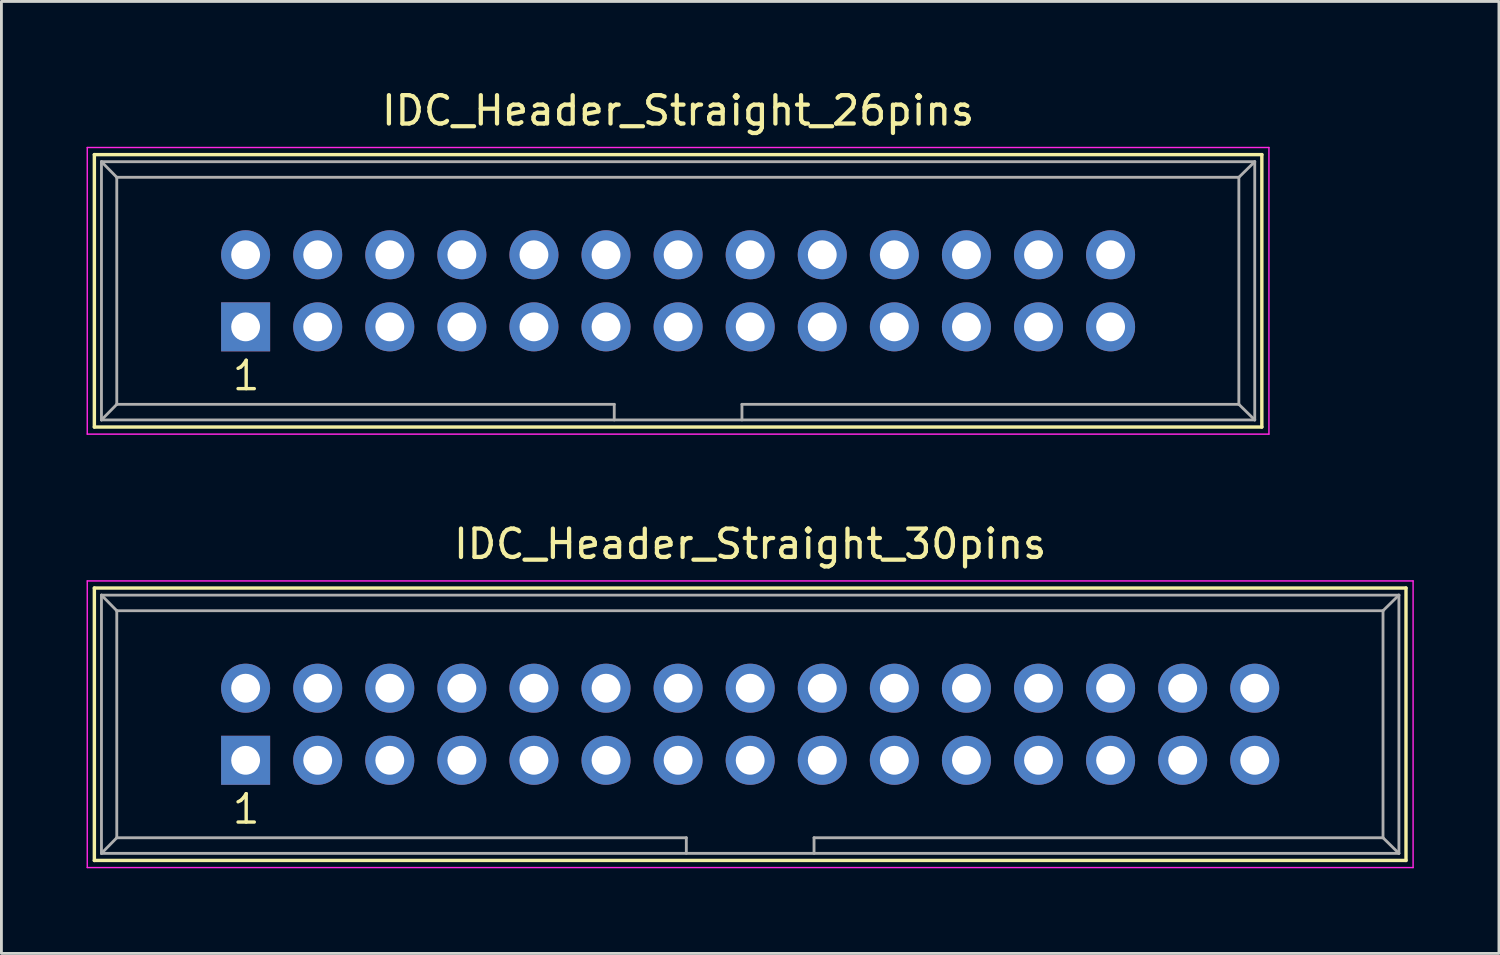
<source format=kicad_pcb>
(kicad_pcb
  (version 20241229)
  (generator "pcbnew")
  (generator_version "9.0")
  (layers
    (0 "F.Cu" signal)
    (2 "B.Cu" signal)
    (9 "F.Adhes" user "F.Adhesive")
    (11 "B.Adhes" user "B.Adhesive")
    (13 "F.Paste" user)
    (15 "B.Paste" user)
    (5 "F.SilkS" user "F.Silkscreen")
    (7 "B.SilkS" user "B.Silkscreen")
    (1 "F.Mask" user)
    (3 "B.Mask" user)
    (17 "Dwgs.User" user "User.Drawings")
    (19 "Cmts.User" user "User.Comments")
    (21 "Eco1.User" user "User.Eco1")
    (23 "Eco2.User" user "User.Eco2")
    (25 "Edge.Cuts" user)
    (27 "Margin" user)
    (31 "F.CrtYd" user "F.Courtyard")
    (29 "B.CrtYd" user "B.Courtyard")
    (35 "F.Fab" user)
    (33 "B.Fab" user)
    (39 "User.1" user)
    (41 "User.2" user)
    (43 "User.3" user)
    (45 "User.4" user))
  (footprint "IDC_Header_Straight_26pins"
    (layer "F.Cu")
    (at 5.605 8.468)
    (property "Reference" "IDC_Header_Straight_26pins" (at 15.24 -7.62 0) (layer "F.SilkS") (effects (font (size 1 1) (thickness 0.15))))
    (attr through_hole)
    (fp_line (start -5.33 -6.07) (end 35.81 -6.07) (stroke (width 0.12) (type solid)) (layer "F.SilkS"))
    (fp_line (start -5.33 3.53) (end -5.33 -6.07) (stroke (width 0.12) (type solid)) (layer "F.SilkS"))
    (fp_line (start 35.81 -6.07) (end 35.81 3.53) (stroke (width 0.12) (type solid)) (layer "F.SilkS"))
    (fp_line (start 35.81 3.53) (end -5.33 3.53) (stroke (width 0.12) (type solid)) (layer "F.SilkS"))
    (fp_line (start -5.58 -6.32) (end 36.06 -6.32) (stroke (width 0.05) (type solid)) (layer "F.CrtYd"))
    (fp_line (start -5.58 3.78) (end -5.58 -6.32) (stroke (width 0.05) (type solid)) (layer "F.CrtYd"))
    (fp_line (start 36.06 -6.32) (end 36.06 3.78) (stroke (width 0.05) (type solid)) (layer "F.CrtYd"))
    (fp_line (start 36.06 3.78) (end -5.58 3.78) (stroke (width 0.05) (type solid)) (layer "F.CrtYd"))
    (fp_line (start -5.08 -5.82) (end -5.08 3.28) (stroke (width 0.1) (type solid)) (layer "F.Fab"))
    (fp_line (start -5.08 -5.82) (end -4.54 -5.27) (stroke (width 0.1) (type solid)) (layer "F.Fab"))
    (fp_line (start -5.08 -5.82) (end 35.56 -5.82) (stroke (width 0.1) (type solid)) (layer "F.Fab"))
    (fp_line (start -5.08 3.28) (end -4.54 2.73) (stroke (width 0.1) (type solid)) (layer "F.Fab"))
    (fp_line (start -5.08 3.28) (end 35.56 3.28) (stroke (width 0.1) (type solid)) (layer "F.Fab"))
    (fp_line (start -4.54 -5.27) (end -4.54 2.73) (stroke (width 0.1) (type solid)) (layer "F.Fab"))
    (fp_line (start -4.54 -5.27) (end 35 -5.27) (stroke (width 0.1) (type solid)) (layer "F.Fab"))
    (fp_line (start -4.54 2.73) (end 12.99 2.73) (stroke (width 0.1) (type solid)) (layer "F.Fab"))
    (fp_line (start 12.99 2.73) (end 12.99 3.28) (stroke (width 0.1) (type solid)) (layer "F.Fab"))
    (fp_line (start 17.49 2.73) (end 17.49 3.28) (stroke (width 0.1) (type solid)) (layer "F.Fab"))
    (fp_line (start 17.49 2.73) (end 35 2.73) (stroke (width 0.1) (type solid)) (layer "F.Fab"))
    (fp_line (start 35 -5.27) (end 35 2.73) (stroke (width 0.1) (type solid)) (layer "F.Fab"))
    (fp_line (start 35.56 -5.82) (end 35 -5.27) (stroke (width 0.1) (type solid)) (layer "F.Fab"))
    (fp_line (start 35.56 -5.82) (end 35.56 3.28) (stroke (width 0.1) (type solid)) (layer "F.Fab"))
    (fp_line (start 35.56 3.28) (end 35 2.73) (stroke (width 0.1) (type solid)) (layer "F.Fab"))
    (fp_text user "1" (at 0.02 1.72 0) (layer "F.SilkS") (effects (font (size 1 1) (thickness 0.12))))
    (pad "1" thru_hole rect (at 0 0) (size 1.727 1.727) (drill 1.016) (layers "*.Cu" "*.Mask"))
    (pad "2" thru_hole oval (at 0 -2.54) (size 1.727 1.727) (drill 1.016) (layers "*.Cu" "*.Mask"))
    (pad "3" thru_hole oval (at 2.54 0) (size 1.727 1.727) (drill 1.016) (layers "*.Cu" "*.Mask"))
    (pad "4" thru_hole oval (at 2.54 -2.54) (size 1.727 1.727) (drill 1.016) (layers "*.Cu" "*.Mask"))
    (pad "5" thru_hole oval (at 5.08 0) (size 1.727 1.727) (drill 1.016) (layers "*.Cu" "*.Mask"))
    (pad "6" thru_hole oval (at 5.08 -2.54) (size 1.727 1.727) (drill 1.016) (layers "*.Cu" "*.Mask"))
    (pad "7" thru_hole oval (at 7.62 0) (size 1.727 1.727) (drill 1.016) (layers "*.Cu" "*.Mask"))
    (pad "8" thru_hole oval (at 7.62 -2.54) (size 1.727 1.727) (drill 1.016) (layers "*.Cu" "*.Mask"))
    (pad "9" thru_hole oval (at 10.16 0) (size 1.727 1.727) (drill 1.016) (layers "*.Cu" "*.Mask"))
    (pad "10" thru_hole oval (at 10.16 -2.54) (size 1.727 1.727) (drill 1.016) (layers "*.Cu" "*.Mask"))
    (pad "11" thru_hole oval (at 12.7 0) (size 1.727 1.727) (drill 1.016) (layers "*.Cu" "*.Mask"))
    (pad "12" thru_hole oval (at 12.7 -2.54) (size 1.727 1.727) (drill 1.016) (layers "*.Cu" "*.Mask"))
    (pad "13" thru_hole oval (at 15.24 0) (size 1.727 1.727) (drill 1.016) (layers "*.Cu" "*.Mask"))
    (pad "14" thru_hole oval (at 15.24 -2.54) (size 1.727 1.727) (drill 1.016) (layers "*.Cu" "*.Mask"))
    (pad "15" thru_hole oval (at 17.78 0) (size 1.727 1.727) (drill 1.016) (layers "*.Cu" "*.Mask"))
    (pad "16" thru_hole oval (at 17.78 -2.54) (size 1.727 1.727) (drill 1.016) (layers "*.Cu" "*.Mask"))
    (pad "17" thru_hole oval (at 20.32 0) (size 1.727 1.727) (drill 1.016) (layers "*.Cu" "*.Mask"))
    (pad "18" thru_hole oval (at 20.32 -2.54) (size 1.727 1.727) (drill 1.016) (layers "*.Cu" "*.Mask"))
    (pad "19" thru_hole oval (at 22.86 0) (size 1.727 1.727) (drill 1.016) (layers "*.Cu" "*.Mask"))
    (pad "20" thru_hole oval (at 22.86 -2.54) (size 1.727 1.727) (drill 1.016) (layers "*.Cu" "*.Mask"))
    (pad "21" thru_hole oval (at 25.4 0) (size 1.727 1.727) (drill 1.016) (layers "*.Cu" "*.Mask"))
    (pad "22" thru_hole oval (at 25.4 -2.54) (size 1.727 1.727) (drill 1.016) (layers "*.Cu" "*.Mask"))
    (pad "23" thru_hole oval (at 27.94 0) (size 1.727 1.727) (drill 1.016) (layers "*.Cu" "*.Mask"))
    (pad "24" thru_hole oval (at 27.94 -2.54) (size 1.727 1.727) (drill 1.016) (layers "*.Cu" "*.Mask"))
    (pad "25" thru_hole oval (at 30.48 0) (size 1.727 1.727) (drill 1.016) (layers "*.Cu" "*.Mask"))
    (pad "26" thru_hole oval (at 30.48 -2.54) (size 1.727 1.727) (drill 1.016) (layers "*.Cu" "*.Mask")))
  (footprint "IDC_Header_Straight_30pins"
    (layer "F.Cu")
    (at 5.605 23.741)
    (property "Reference" "IDC_Header_Straight_30pins" (at 17.78 -7.62 0) (layer "F.SilkS") (effects (font (size 1 1) (thickness 0.15))))
    (attr through_hole)
    (fp_line (start -5.33 -6.07) (end 40.89 -6.07) (stroke (width 0.12) (type solid)) (layer "F.SilkS"))
    (fp_line (start -5.33 3.53) (end -5.33 -6.07) (stroke (width 0.12) (type solid)) (layer "F.SilkS"))
    (fp_line (start 40.89 -6.07) (end 40.89 3.53) (stroke (width 0.12) (type solid)) (layer "F.SilkS"))
    (fp_line (start 40.89 3.53) (end -5.33 3.53) (stroke (width 0.12) (type solid)) (layer "F.SilkS"))
    (fp_line (start -5.58 -6.32) (end 41.14 -6.32) (stroke (width 0.05) (type solid)) (layer "F.CrtYd"))
    (fp_line (start -5.58 3.78) (end -5.58 -6.32) (stroke (width 0.05) (type solid)) (layer "F.CrtYd"))
    (fp_line (start 41.14 -6.32) (end 41.14 3.78) (stroke (width 0.05) (type solid)) (layer "F.CrtYd"))
    (fp_line (start 41.14 3.78) (end -5.58 3.78) (stroke (width 0.05) (type solid)) (layer "F.CrtYd"))
    (fp_line (start -5.08 -5.82) (end -5.08 3.28) (stroke (width 0.1) (type solid)) (layer "F.Fab"))
    (fp_line (start -5.08 -5.82) (end -4.54 -5.27) (stroke (width 0.1) (type solid)) (layer "F.Fab"))
    (fp_line (start -5.08 -5.82) (end 40.64 -5.82) (stroke (width 0.1) (type solid)) (layer "F.Fab"))
    (fp_line (start -5.08 3.28) (end -4.54 2.73) (stroke (width 0.1) (type solid)) (layer "F.Fab"))
    (fp_line (start -5.08 3.28) (end 40.64 3.28) (stroke (width 0.1) (type solid)) (layer "F.Fab"))
    (fp_line (start -4.54 -5.27) (end -4.54 2.73) (stroke (width 0.1) (type solid)) (layer "F.Fab"))
    (fp_line (start -4.54 -5.27) (end 40.08 -5.27) (stroke (width 0.1) (type solid)) (layer "F.Fab"))
    (fp_line (start -4.54 2.73) (end 15.53 2.73) (stroke (width 0.1) (type solid)) (layer "F.Fab"))
    (fp_line (start 15.53 2.73) (end 15.53 3.28) (stroke (width 0.1) (type solid)) (layer "F.Fab"))
    (fp_line (start 20.03 2.73) (end 20.03 3.28) (stroke (width 0.1) (type solid)) (layer "F.Fab"))
    (fp_line (start 20.03 2.73) (end 40.08 2.73) (stroke (width 0.1) (type solid)) (layer "F.Fab"))
    (fp_line (start 40.08 -5.27) (end 40.08 2.73) (stroke (width 0.1) (type solid)) (layer "F.Fab"))
    (fp_line (start 40.64 -5.82) (end 40.08 -5.27) (stroke (width 0.1) (type solid)) (layer "F.Fab"))
    (fp_line (start 40.64 -5.82) (end 40.64 3.28) (stroke (width 0.1) (type solid)) (layer "F.Fab"))
    (fp_line (start 40.64 3.28) (end 40.08 2.73) (stroke (width 0.1) (type solid)) (layer "F.Fab"))
    (fp_text user "1" (at 0.02 1.72 0) (layer "F.SilkS") (effects (font (size 1 1) (thickness 0.12))))
    (pad "1" thru_hole rect (at 0 0) (size 1.727 1.727) (drill 1.016) (layers "*.Cu" "*.Mask"))
    (pad "2" thru_hole oval (at 0 -2.54) (size 1.727 1.727) (drill 1.016) (layers "*.Cu" "*.Mask"))
    (pad "3" thru_hole oval (at 2.54 0) (size 1.727 1.727) (drill 1.016) (layers "*.Cu" "*.Mask"))
    (pad "4" thru_hole oval (at 2.54 -2.54) (size 1.727 1.727) (drill 1.016) (layers "*.Cu" "*.Mask"))
    (pad "5" thru_hole oval (at 5.08 0) (size 1.727 1.727) (drill 1.016) (layers "*.Cu" "*.Mask"))
    (pad "6" thru_hole oval (at 5.08 -2.54) (size 1.727 1.727) (drill 1.016) (layers "*.Cu" "*.Mask"))
    (pad "7" thru_hole oval (at 7.62 0) (size 1.727 1.727) (drill 1.016) (layers "*.Cu" "*.Mask"))
    (pad "8" thru_hole oval (at 7.62 -2.54) (size 1.727 1.727) (drill 1.016) (layers "*.Cu" "*.Mask"))
    (pad "9" thru_hole oval (at 10.16 0) (size 1.727 1.727) (drill 1.016) (layers "*.Cu" "*.Mask"))
    (pad "10" thru_hole oval (at 10.16 -2.54) (size 1.727 1.727) (drill 1.016) (layers "*.Cu" "*.Mask"))
    (pad "11" thru_hole oval (at 12.7 0) (size 1.727 1.727) (drill 1.016) (layers "*.Cu" "*.Mask"))
    (pad "12" thru_hole oval (at 12.7 -2.54) (size 1.727 1.727) (drill 1.016) (layers "*.Cu" "*.Mask"))
    (pad "13" thru_hole oval (at 15.24 0) (size 1.727 1.727) (drill 1.016) (layers "*.Cu" "*.Mask"))
    (pad "14" thru_hole oval (at 15.24 -2.54) (size 1.727 1.727) (drill 1.016) (layers "*.Cu" "*.Mask"))
    (pad "15" thru_hole oval (at 17.78 0) (size 1.727 1.727) (drill 1.016) (layers "*.Cu" "*.Mask"))
    (pad "16" thru_hole oval (at 17.78 -2.54) (size 1.727 1.727) (drill 1.016) (layers "*.Cu" "*.Mask"))
    (pad "17" thru_hole oval (at 20.32 0) (size 1.727 1.727) (drill 1.016) (layers "*.Cu" "*.Mask"))
    (pad "18" thru_hole oval (at 20.32 -2.54) (size 1.727 1.727) (drill 1.016) (layers "*.Cu" "*.Mask"))
    (pad "19" thru_hole oval (at 22.86 0) (size 1.727 1.727) (drill 1.016) (layers "*.Cu" "*.Mask"))
    (pad "20" thru_hole oval (at 22.86 -2.54) (size 1.727 1.727) (drill 1.016) (layers "*.Cu" "*.Mask"))
    (pad "21" thru_hole oval (at 25.4 0) (size 1.727 1.727) (drill 1.016) (layers "*.Cu" "*.Mask"))
    (pad "22" thru_hole oval (at 25.4 -2.54) (size 1.727 1.727) (drill 1.016) (layers "*.Cu" "*.Mask"))
    (pad "23" thru_hole oval (at 27.94 0) (size 1.727 1.727) (drill 1.016) (layers "*.Cu" "*.Mask"))
    (pad "24" thru_hole oval (at 27.94 -2.54) (size 1.727 1.727) (drill 1.016) (layers "*.Cu" "*.Mask"))
    (pad "25" thru_hole oval (at 30.48 0) (size 1.727 1.727) (drill 1.016) (layers "*.Cu" "*.Mask"))
    (pad "26" thru_hole oval (at 30.48 -2.54) (size 1.727 1.727) (drill 1.016) (layers "*.Cu" "*.Mask"))
    (pad "27" thru_hole oval (at 33.02 0) (size 1.727 1.727) (drill 1.016) (layers "*.Cu" "*.Mask"))
    (pad "28" thru_hole oval (at 33.02 -2.54) (size 1.727 1.727) (drill 1.016) (layers "*.Cu" "*.Mask"))
    (pad "29" thru_hole oval (at 35.56 0) (size 1.727 1.727) (drill 1.016) (layers "*.Cu" "*.Mask"))
    (pad "30" thru_hole oval (at 35.56 -2.54) (size 1.727 1.727) (drill 1.016) (layers "*.Cu" "*.Mask")))
  (gr_rect
    (start -3 -3)
    (end 49.77 30.547)
    (stroke (width 0.1) (type default))
    (fill no)
    (layer "Edge.Cuts")))
</source>
